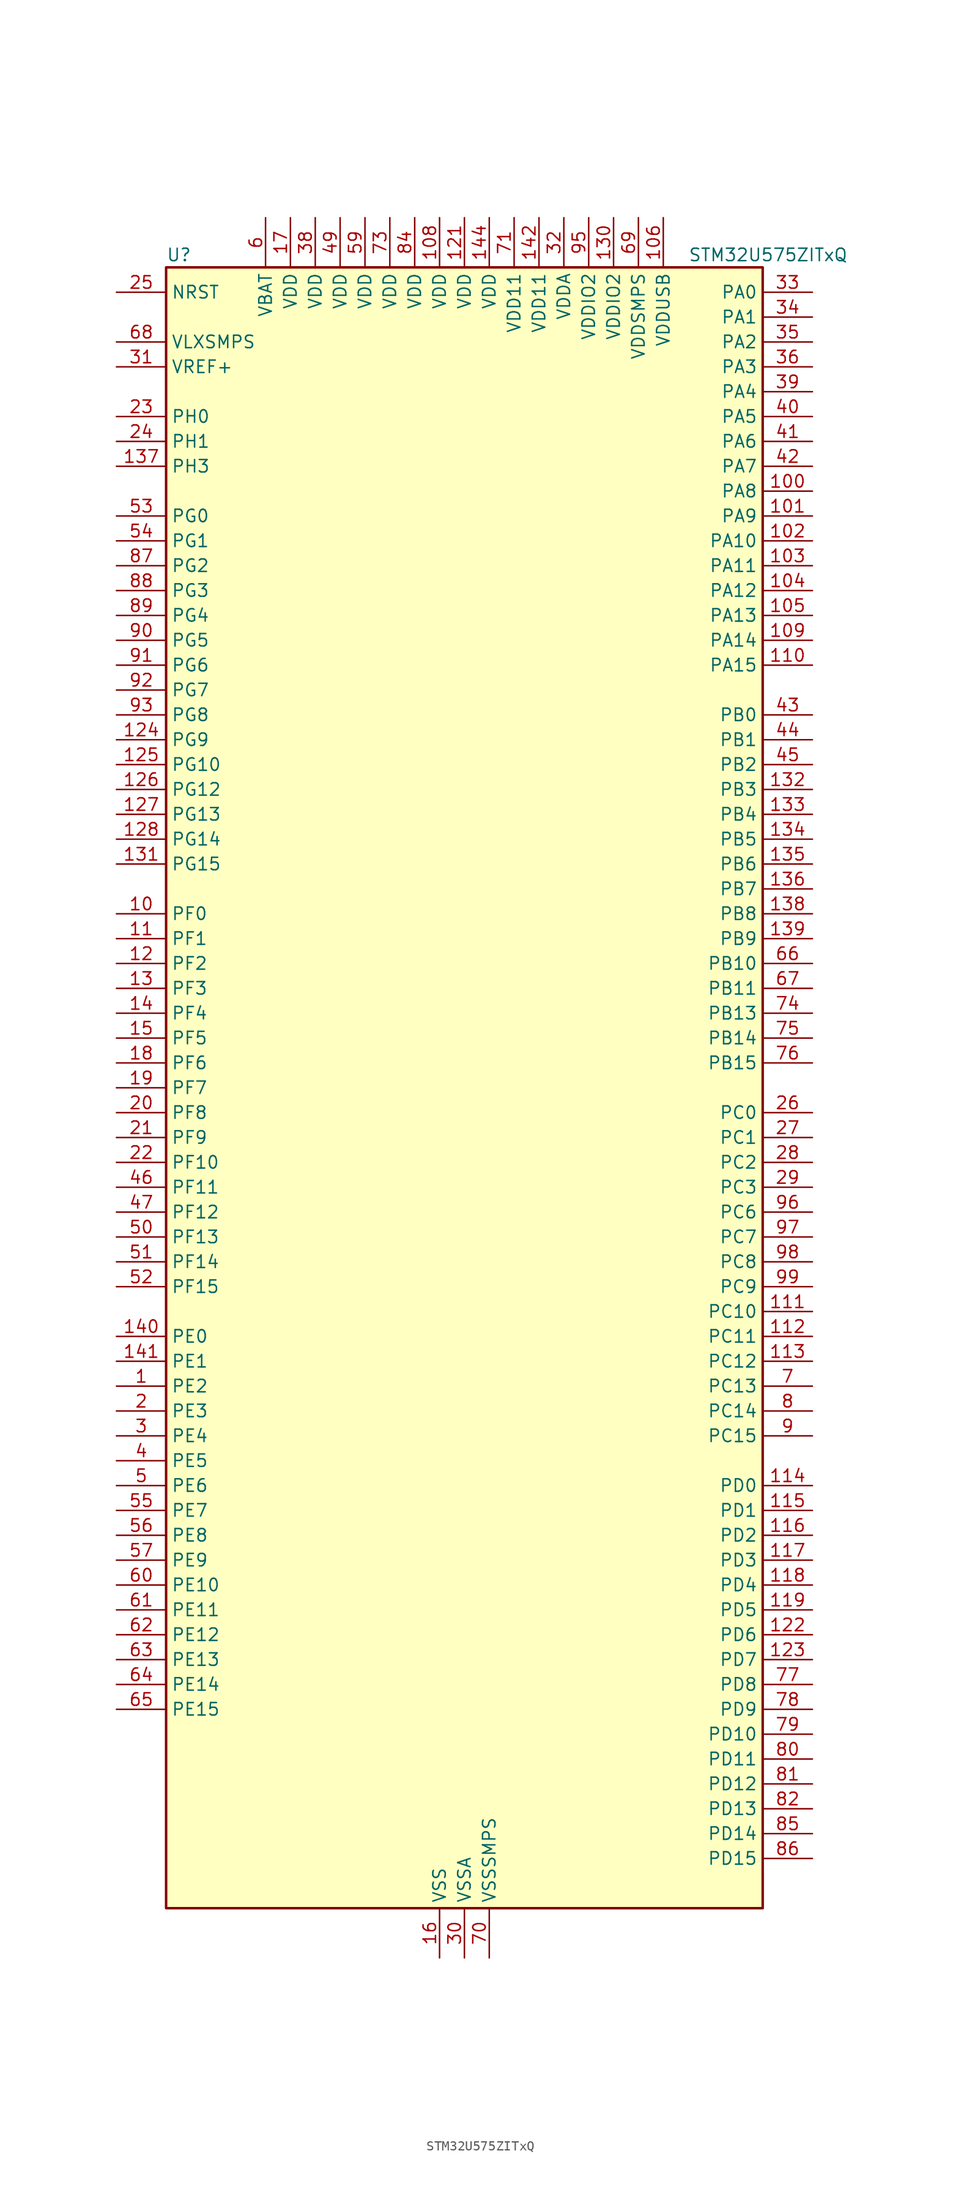
<source format=kicad_sym>
(kicad_symbol_lib
  (version 20220914)
  (generator kicad_symbol_editor)
  (symbol "STM32U575ZITxQ"
    (property "Reference" "U"
      (at -30.48 85.09 0)
      (effects (font (size 1.27 1.27)) (justify left)))
    (property "Value" "STM32U575ZITxQ"
      (at 22.86 85.09 0)
      (effects (font (size 1.27 1.27)) (justify left)))
    (property "ki_locked" ""
      (at 0 0 0)
      (effects (font (size 1.27 1.27))))
    (symbol "STM32U575ZITxQ_0_1"
      (rectangle (start -30.48 -83.82) (end 30.48 83.82) (stroke (width 0.254) (type default)) (fill (type background))))
    (symbol "STM32U575ZITxQ_1_1"
      (pin bidirectional line (at -35.56 -30.48 0) (length 5.08) (name "PE2" (effects (font (size 1.27 1.27)))) (number "1" (effects (font (size 1.27 1.27)))) (alternate "DEBUG_TRACECLK" bidirectional line) (alternate "FMC_A23" bidirectional line) (alternate "SAI1_CK1" bidirectional line) (alternate "SAI1_MCLK_A" bidirectional line) (alternate "TIM3_ETR" bidirectional line) (alternate "TSC_G7_IO1" bidirectional line))
      (pin bidirectional line (at -35.56 17.78 0) (length 5.08) (name "PF0" (effects (font (size 1.27 1.27)))) (number "10" (effects (font (size 1.27 1.27)))) (alternate "FMC_A0" bidirectional line) (alternate "I2C2_SDA" bidirectional line) (alternate "OCTOSPIM_P2_IO0" bidirectional line))
      (pin bidirectional line (at 35.56 60.96 180) (length 5.08) (name "PA8" (effects (font (size 1.27 1.27)))) (number "100" (effects (font (size 1.27 1.27)))) (alternate "DEBUG_TRACECLK" bidirectional line) (alternate "LPTIM2_CH1" bidirectional line) (alternate "RCC_MCO" bidirectional line) (alternate "SAI1_CK2" bidirectional line) (alternate "SAI1_SCK_A" bidirectional line) (alternate "SPI1_RDY" bidirectional line) (alternate "TIM1_CH1" bidirectional line) (alternate "USART1_CK" bidirectional line) (alternate "USB_OTG_FS_SOF" bidirectional line))
      (pin bidirectional line (at 35.56 58.42 180) (length 5.08) (name "PA9" (effects (font (size 1.27 1.27)))) (number "101" (effects (font (size 1.27 1.27)))) (alternate "DAC1_EXTI9" bidirectional line) (alternate "DCMI_D0" bidirectional line) (alternate "PSSI_D0" bidirectional line) (alternate "SAI1_FS_A" bidirectional line) (alternate "SPI2_SCK" bidirectional line) (alternate "TIM15_BKIN" bidirectional line) (alternate "TIM1_CH2" bidirectional line) (alternate "USART1_TX" bidirectional line) (alternate "USB_OTG_FS_VBUS" bidirectional line))
      (pin bidirectional line (at 35.56 55.88 180) (length 5.08) (name "PA10" (effects (font (size 1.27 1.27)))) (number "102" (effects (font (size 1.27 1.27)))) (alternate "CRS_SYNC" bidirectional line) (alternate "DCMI_D1" bidirectional line) (alternate "LPTIM2_IN2" bidirectional line) (alternate "PSSI_D1" bidirectional line) (alternate "SAI1_D1" bidirectional line) (alternate "SAI1_SD_A" bidirectional line) (alternate "TIM17_BKIN" bidirectional line) (alternate "TIM1_CH3" bidirectional line) (alternate "USART1_RX" bidirectional line) (alternate "USB_OTG_FS_ID" bidirectional line))
      (pin bidirectional line (at 35.56 53.34 180) (length 5.08) (name "PA11" (effects (font (size 1.27 1.27)))) (number "103" (effects (font (size 1.27 1.27)))) (alternate "ADC1_EXTI11" bidirectional line) (alternate "FDCAN1_RX" bidirectional line) (alternate "SPI1_MISO" bidirectional line) (alternate "TIM1_BKIN2" bidirectional line) (alternate "TIM1_CH4" bidirectional line) (alternate "USART1_CTS" bidirectional line) (alternate "USB_OTG_FS_DM" bidirectional line))
      (pin bidirectional line (at 35.56 50.8 180) (length 5.08) (name "PA12" (effects (font (size 1.27 1.27)))) (number "104" (effects (font (size 1.27 1.27)))) (alternate "FDCAN1_TX" bidirectional line) (alternate "OCTOSPIM_P2_NCS" bidirectional line) (alternate "SPI1_MOSI" bidirectional line) (alternate "TIM1_ETR" bidirectional line) (alternate "USART1_DE" bidirectional line) (alternate "USART1_RTS" bidirectional line) (alternate "USB_OTG_FS_DP" bidirectional line))
      (pin bidirectional line (at 35.56 48.26 180) (length 5.08) (name "PA13" (effects (font (size 1.27 1.27)))) (number "105" (effects (font (size 1.27 1.27)))) (alternate "DEBUG_JTMS-SWDIO" bidirectional line) (alternate "IR_OUT" bidirectional line) (alternate "SAI1_SD_B" bidirectional line) (alternate "USB_OTG_FS_NOE" bidirectional line))
      (pin power_in line (at 20.32 88.9 270) (length 5.08) (name "VDDUSB" (effects (font (size 1.27 1.27)))) (number "106" (effects (font (size 1.27 1.27)))))
      (pin passive line (at -2.54 -88.9 90) (length 5.08) hide (name "VSS" (effects (font (size 1.27 1.27)))) (number "107" (effects (font (size 1.27 1.27)))))
      (pin power_in line (at -2.54 88.9 270) (length 5.08) (name "VDD" (effects (font (size 1.27 1.27)))) (number "108" (effects (font (size 1.27 1.27)))))
      (pin bidirectional line (at 35.56 45.72 180) (length 5.08) (name "PA14" (effects (font (size 1.27 1.27)))) (number "109" (effects (font (size 1.27 1.27)))) (alternate "DEBUG_JTCK-SWCLK" bidirectional line) (alternate "I2C1_SMBA" bidirectional line) (alternate "I2C4_SMBA" bidirectional line) (alternate "LPTIM1_CH1" bidirectional line) (alternate "SAI1_FS_B" bidirectional line) (alternate "USB_OTG_FS_SOF" bidirectional line))
      (pin bidirectional line (at -35.56 15.24 0) (length 5.08) (name "PF1" (effects (font (size 1.27 1.27)))) (number "11" (effects (font (size 1.27 1.27)))) (alternate "FMC_A1" bidirectional line) (alternate "I2C2_SCL" bidirectional line) (alternate "OCTOSPIM_P2_IO1" bidirectional line))
      (pin bidirectional line (at 35.56 43.18 180) (length 5.08) (name "PA15" (effects (font (size 1.27 1.27)))) (number "110" (effects (font (size 1.27 1.27)))) (alternate "ADC1_EXTI15" bidirectional line) (alternate "ADC4_EXTI15" bidirectional line) (alternate "DEBUG_JTDI" bidirectional line) (alternate "SAI2_FS_B" bidirectional line) (alternate "SPI1_NSS" bidirectional line) (alternate "SPI3_NSS" bidirectional line) (alternate "TIM2_CH1" bidirectional line) (alternate "TIM2_ETR" bidirectional line) (alternate "UART4_DE" bidirectional line) (alternate "UART4_RTS" bidirectional line) (alternate "UCPD1_CC1" bidirectional line) (alternate "USART2_RX" bidirectional line) (alternate "USART3_DE" bidirectional line) (alternate "USART3_RTS" bidirectional line))
      (pin bidirectional line (at 35.56 -22.86 180) (length 5.08) (name "PC10" (effects (font (size 1.27 1.27)))) (number "111" (effects (font (size 1.27 1.27)))) (alternate "ADF1_CCK1" bidirectional line) (alternate "DCMI_D8" bidirectional line) (alternate "DEBUG_TRACED1" bidirectional line) (alternate "LPTIM3_ETR" bidirectional line) (alternate "PSSI_D8" bidirectional line) (alternate "SAI2_SCK_B" bidirectional line) (alternate "SDMMC1_D2" bidirectional line) (alternate "SPI3_SCK" bidirectional line) (alternate "TSC_G3_IO2" bidirectional line) (alternate "UART4_TX" bidirectional line) (alternate "USART3_TX" bidirectional line))
      (pin bidirectional line (at 35.56 -25.4 180) (length 5.08) (name "PC11" (effects (font (size 1.27 1.27)))) (number "112" (effects (font (size 1.27 1.27)))) (alternate "ADC1_EXTI11" bidirectional line) (alternate "ADF1_SDI0" bidirectional line) (alternate "DCMI_D2" bidirectional line) (alternate "DCMI_D4" bidirectional line) (alternate "LPTIM3_IN1" bidirectional line) (alternate "OCTOSPIM_P1_NCS" bidirectional line) (alternate "PSSI_D2" bidirectional line) (alternate "PSSI_D4" bidirectional line) (alternate "SAI2_MCLK_B" bidirectional line) (alternate "SDMMC1_D3" bidirectional line) (alternate "SPI3_MISO" bidirectional line) (alternate "TSC_G3_IO3" bidirectional line) (alternate "UART4_RX" bidirectional line) (alternate "UCPD1_FRSTX2" bidirectional line) (alternate "USART3_RX" bidirectional line))
      (pin bidirectional line (at 35.56 -27.94 180) (length 5.08) (name "PC12" (effects (font (size 1.27 1.27)))) (number "113" (effects (font (size 1.27 1.27)))) (alternate "DCMI_D9" bidirectional line) (alternate "DEBUG_TRACED3" bidirectional line) (alternate "PSSI_D9" bidirectional line) (alternate "SAI2_SD_B" bidirectional line) (alternate "SDMMC1_CK" bidirectional line) (alternate "SPI3_MOSI" bidirectional line) (alternate "TSC_G3_IO4" bidirectional line) (alternate "UART5_TX" bidirectional line) (alternate "USART3_CK" bidirectional line))
      (pin bidirectional line (at 35.56 -40.64 180) (length 5.08) (name "PD0" (effects (font (size 1.27 1.27)))) (number "114" (effects (font (size 1.27 1.27)))) (alternate "FDCAN1_RX" bidirectional line) (alternate "FMC_D2" bidirectional line) (alternate "FMC_DA2" bidirectional line) (alternate "SPI2_NSS" bidirectional line) (alternate "TIM8_CH4N" bidirectional line))
      (pin bidirectional line (at 35.56 -43.18 180) (length 5.08) (name "PD1" (effects (font (size 1.27 1.27)))) (number "115" (effects (font (size 1.27 1.27)))) (alternate "FDCAN1_TX" bidirectional line) (alternate "FMC_D3" bidirectional line) (alternate "FMC_DA3" bidirectional line) (alternate "SPI2_SCK" bidirectional line))
      (pin bidirectional line (at 35.56 -45.72 180) (length 5.08) (name "PD2" (effects (font (size 1.27 1.27)))) (number "116" (effects (font (size 1.27 1.27)))) (alternate "DCMI_D11" bidirectional line) (alternate "DEBUG_TRACED2" bidirectional line) (alternate "LPTIM4_ETR" bidirectional line) (alternate "PSSI_D11" bidirectional line) (alternate "SDMMC1_CMD" bidirectional line) (alternate "TIM3_ETR" bidirectional line) (alternate "TSC_SYNC" bidirectional line) (alternate "UART5_RX" bidirectional line) (alternate "USART3_DE" bidirectional line) (alternate "USART3_RTS" bidirectional line))
      (pin bidirectional line (at 35.56 -48.26 180) (length 5.08) (name "PD3" (effects (font (size 1.27 1.27)))) (number "117" (effects (font (size 1.27 1.27)))) (alternate "DCMI_D5" bidirectional line) (alternate "FMC_CLK" bidirectional line) (alternate "MDF1_SDI0" bidirectional line) (alternate "OCTOSPIM_P2_NCS" bidirectional line) (alternate "PSSI_D5" bidirectional line) (alternate "SPI2_MISO" bidirectional line) (alternate "SPI2_SCK" bidirectional line) (alternate "USART2_CTS" bidirectional line))
      (pin bidirectional line (at 35.56 -50.8 180) (length 5.08) (name "PD4" (effects (font (size 1.27 1.27)))) (number "118" (effects (font (size 1.27 1.27)))) (alternate "FMC_NOE" bidirectional line) (alternate "MDF1_CKI0" bidirectional line) (alternate "OCTOSPIM_P1_IO4" bidirectional line) (alternate "SPI2_MOSI" bidirectional line) (alternate "USART2_DE" bidirectional line) (alternate "USART2_RTS" bidirectional line))
      (pin bidirectional line (at 35.56 -53.34 180) (length 5.08) (name "PD5" (effects (font (size 1.27 1.27)))) (number "119" (effects (font (size 1.27 1.27)))) (alternate "FMC_NWE" bidirectional line) (alternate "OCTOSPIM_P1_IO5" bidirectional line) (alternate "SPI2_RDY" bidirectional line) (alternate "USART2_TX" bidirectional line))
      (pin bidirectional line (at -35.56 12.7 0) (length 5.08) (name "PF2" (effects (font (size 1.27 1.27)))) (number "12" (effects (font (size 1.27 1.27)))) (alternate "FMC_A2" bidirectional line) (alternate "I2C2_SMBA" bidirectional line) (alternate "LPTIM3_CH2" bidirectional line) (alternate "OCTOSPIM_P2_IO2" bidirectional line) (alternate "PWR_WKUP8" bidirectional line))
      (pin passive line (at -2.54 -88.9 90) (length 5.08) hide (name "VSS" (effects (font (size 1.27 1.27)))) (number "120" (effects (font (size 1.27 1.27)))))
      (pin power_in line (at 0 88.9 270) (length 5.08) (name "VDD" (effects (font (size 1.27 1.27)))) (number "121" (effects (font (size 1.27 1.27)))))
      (pin bidirectional line (at 35.56 -55.88 180) (length 5.08) (name "PD6" (effects (font (size 1.27 1.27)))) (number "122" (effects (font (size 1.27 1.27)))) (alternate "DCMI_D10" bidirectional line) (alternate "FMC_NWAIT" bidirectional line) (alternate "MDF1_SDI1" bidirectional line) (alternate "OCTOSPIM_P1_IO6" bidirectional line) (alternate "PSSI_D10" bidirectional line) (alternate "SAI1_D1" bidirectional line) (alternate "SAI1_SD_A" bidirectional line) (alternate "SDMMC2_CK" bidirectional line) (alternate "SPI3_MOSI" bidirectional line) (alternate "USART2_RX" bidirectional line))
      (pin bidirectional line (at 35.56 -58.42 180) (length 5.08) (name "PD7" (effects (font (size 1.27 1.27)))) (number "123" (effects (font (size 1.27 1.27)))) (alternate "FMC_NCE" bidirectional line) (alternate "FMC_NE1" bidirectional line) (alternate "LPTIM4_OUT" bidirectional line) (alternate "MDF1_CKI1" bidirectional line) (alternate "OCTOSPIM_P1_IO7" bidirectional line) (alternate "SDMMC2_CMD" bidirectional line) (alternate "USART2_CK" bidirectional line))
      (pin bidirectional line (at -35.56 35.56 0) (length 5.08) (name "PG9" (effects (font (size 1.27 1.27)))) (number "124" (effects (font (size 1.27 1.27)))) (alternate "DAC1_EXTI9" bidirectional line) (alternate "FMC_NCE" bidirectional line) (alternate "FMC_NE2" bidirectional line) (alternate "OCTOSPIM_P2_IO6" bidirectional line) (alternate "SAI2_SCK_A" bidirectional line) (alternate "SPI3_SCK" bidirectional line) (alternate "TIM15_CH1N" bidirectional line) (alternate "USART1_TX" bidirectional line))
      (pin bidirectional line (at -35.56 33.02 0) (length 5.08) (name "PG10" (effects (font (size 1.27 1.27)))) (number "125" (effects (font (size 1.27 1.27)))) (alternate "FMC_NE3" bidirectional line) (alternate "LPTIM1_IN1" bidirectional line) (alternate "OCTOSPIM_P2_IO7" bidirectional line) (alternate "SAI2_FS_A" bidirectional line) (alternate "SPI3_MISO" bidirectional line) (alternate "TIM15_CH1" bidirectional line) (alternate "USART1_RX" bidirectional line))
      (pin bidirectional line (at -35.56 30.48 0) (length 5.08) (name "PG12" (effects (font (size 1.27 1.27)))) (number "126" (effects (font (size 1.27 1.27)))) (alternate "FMC_NE4" bidirectional line) (alternate "LPTIM1_ETR" bidirectional line) (alternate "OCTOSPIM_P2_NCS" bidirectional line) (alternate "SAI2_SD_A" bidirectional line) (alternate "SPI3_NSS" bidirectional line) (alternate "USART1_DE" bidirectional line) (alternate "USART1_RTS" bidirectional line))
      (pin bidirectional line (at -35.56 27.94 0) (length 5.08) (name "PG13" (effects (font (size 1.27 1.27)))) (number "127" (effects (font (size 1.27 1.27)))) (alternate "FMC_A24" bidirectional line) (alternate "I2C1_SDA" bidirectional line) (alternate "SPI3_RDY" bidirectional line) (alternate "USART1_CK" bidirectional line))
      (pin bidirectional line (at -35.56 25.4 0) (length 5.08) (name "PG14" (effects (font (size 1.27 1.27)))) (number "128" (effects (font (size 1.27 1.27)))) (alternate "FMC_A25" bidirectional line) (alternate "I2C1_SCL" bidirectional line) (alternate "LPTIM1_CH2" bidirectional line))
      (pin passive line (at -2.54 -88.9 90) (length 5.08) hide (name "VSS" (effects (font (size 1.27 1.27)))) (number "129" (effects (font (size 1.27 1.27)))))
      (pin bidirectional line (at -35.56 10.16 0) (length 5.08) (name "PF3" (effects (font (size 1.27 1.27)))) (number "13" (effects (font (size 1.27 1.27)))) (alternate "FMC_A3" bidirectional line) (alternate "LPTIM3_IN1" bidirectional line) (alternate "OCTOSPIM_P2_IO3" bidirectional line))
      (pin power_in line (at 15.24 88.9 270) (length 5.08) (name "VDDIO2" (effects (font (size 1.27 1.27)))) (number "130" (effects (font (size 1.27 1.27)))))
      (pin bidirectional line (at -35.56 22.86 0) (length 5.08) (name "PG15" (effects (font (size 1.27 1.27)))) (number "131" (effects (font (size 1.27 1.27)))) (alternate "ADC1_EXTI15" bidirectional line) (alternate "ADC4_EXTI15" bidirectional line) (alternate "DCMI_D13" bidirectional line) (alternate "I2C1_SMBA" bidirectional line) (alternate "LPTIM1_CH1" bidirectional line) (alternate "OCTOSPIM_P2_DQS" bidirectional line) (alternate "PSSI_D13" bidirectional line))
      (pin bidirectional line (at 35.56 30.48 180) (length 5.08) (name "PB3" (effects (font (size 1.27 1.27)))) (number "132" (effects (font (size 1.27 1.27)))) (alternate "ADF1_CCK0" bidirectional line) (alternate "COMP2_INM" bidirectional line) (alternate "CRS_SYNC" bidirectional line) (alternate "DEBUG_JTDO-SWO" bidirectional line) (alternate "I2C1_SDA" bidirectional line) (alternate "LPTIM1_CH1" bidirectional line) (alternate "SAI1_SCK_B" bidirectional line) (alternate "SDMMC2_D2" bidirectional line) (alternate "SPI1_SCK" bidirectional line) (alternate "SPI3_SCK" bidirectional line) (alternate "TIM2_CH2" bidirectional line) (alternate "USART1_DE" bidirectional line) (alternate "USART1_RTS" bidirectional line))
      (pin bidirectional line (at 35.56 27.94 180) (length 5.08) (name "PB4" (effects (font (size 1.27 1.27)))) (number "133" (effects (font (size 1.27 1.27)))) (alternate "ADF1_SDI0" bidirectional line) (alternate "COMP2_INP" bidirectional line) (alternate "DCMI_D12" bidirectional line) (alternate "DEBUG_JTRST" bidirectional line) (alternate "I2C3_SDA" bidirectional line) (alternate "LPTIM1_CH2" bidirectional line) (alternate "PSSI_D12" bidirectional line) (alternate "SAI1_MCLK_B" bidirectional line) (alternate "SDMMC2_D3" bidirectional line) (alternate "SPI1_MISO" bidirectional line) (alternate "SPI3_MISO" bidirectional line) (alternate "TIM17_BKIN" bidirectional line) (alternate "TIM3_CH1" bidirectional line) (alternate "TSC_G2_IO1" bidirectional line) (alternate "UART5_DE" bidirectional line) (alternate "UART5_RTS" bidirectional line) (alternate "USART1_CTS" bidirectional line))
      (pin bidirectional line (at 35.56 25.4 180) (length 5.08) (name "PB5" (effects (font (size 1.27 1.27)))) (number "134" (effects (font (size 1.27 1.27)))) (alternate "COMP2_OUT" bidirectional line) (alternate "DCMI_D10" bidirectional line) (alternate "I2C1_SMBA" bidirectional line) (alternate "LPTIM1_IN1" bidirectional line) (alternate "OCTOSPIM_P1_NCLK" bidirectional line) (alternate "PSSI_D10" bidirectional line) (alternate "PWR_WKUP6" bidirectional line) (alternate "SAI1_SD_B" bidirectional line) (alternate "SPI1_MOSI" bidirectional line) (alternate "SPI3_MOSI" bidirectional line) (alternate "TIM16_BKIN" bidirectional line) (alternate "TIM3_CH2" bidirectional line) (alternate "TSC_G2_IO2" bidirectional line) (alternate "UART5_CTS" bidirectional line) (alternate "UCPD1_DBCC1" bidirectional line) (alternate "USART1_CK" bidirectional line))
      (pin bidirectional line (at 35.56 22.86 180) (length 5.08) (name "PB6" (effects (font (size 1.27 1.27)))) (number "135" (effects (font (size 1.27 1.27)))) (alternate "COMP2_INP" bidirectional line) (alternate "DCMI_D5" bidirectional line) (alternate "I2C1_SCL" bidirectional line) (alternate "I2C4_SCL" bidirectional line) (alternate "LPTIM1_ETR" bidirectional line) (alternate "MDF1_SDI5" bidirectional line) (alternate "PSSI_D5" bidirectional line) (alternate "PWR_WKUP3" bidirectional line) (alternate "SAI1_FS_B" bidirectional line) (alternate "TIM16_CH1N" bidirectional line) (alternate "TIM4_CH1" bidirectional line) (alternate "TIM8_BKIN2" bidirectional line) (alternate "TSC_G2_IO3" bidirectional line) (alternate "USART1_TX" bidirectional line))
      (pin bidirectional line (at 35.56 20.32 180) (length 5.08) (name "PB7" (effects (font (size 1.27 1.27)))) (number "136" (effects (font (size 1.27 1.27)))) (alternate "COMP2_INM" bidirectional line) (alternate "DCMI_VSYNC" bidirectional line) (alternate "FMC_NL" bidirectional line) (alternate "I2C1_SDA" bidirectional line) (alternate "I2C4_SDA" bidirectional line) (alternate "LPTIM1_IN2" bidirectional line) (alternate "MDF1_CKI5" bidirectional line) (alternate "PSSI_RDY" bidirectional line) (alternate "PWR_PVD_IN" bidirectional line) (alternate "PWR_WKUP4" bidirectional line) (alternate "TIM17_CH1N" bidirectional line) (alternate "TIM4_CH2" bidirectional line) (alternate "TIM8_BKIN" bidirectional line) (alternate "TSC_G2_IO4" bidirectional line) (alternate "UART4_CTS" bidirectional line) (alternate "USART1_RX" bidirectional line))
      (pin bidirectional line (at -35.56 63.5 0) (length 5.08) (name "PH3" (effects (font (size 1.27 1.27)))) (number "137" (effects (font (size 1.27 1.27)))))
      (pin bidirectional line (at 35.56 17.78 180) (length 5.08) (name "PB8" (effects (font (size 1.27 1.27)))) (number "138" (effects (font (size 1.27 1.27)))) (alternate "DCMI_D6" bidirectional line) (alternate "FDCAN1_RX" bidirectional line) (alternate "I2C1_SCL" bidirectional line) (alternate "MDF1_CCK0" bidirectional line) (alternate "PSSI_D6" bidirectional line) (alternate "PWR_WKUP5" bidirectional line) (alternate "SAI1_CK1" bidirectional line) (alternate "SAI1_MCLK_A" bidirectional line) (alternate "SDMMC1_CKIN" bidirectional line) (alternate "SDMMC1_D4" bidirectional line) (alternate "SDMMC2_D4" bidirectional line) (alternate "SPI3_RDY" bidirectional line) (alternate "TIM16_CH1" bidirectional line) (alternate "TIM4_CH3" bidirectional line))
      (pin bidirectional line (at 35.56 15.24 180) (length 5.08) (name "PB9" (effects (font (size 1.27 1.27)))) (number "139" (effects (font (size 1.27 1.27)))) (alternate "DAC1_EXTI9" bidirectional line) (alternate "DCMI_D7" bidirectional line) (alternate "FDCAN1_TX" bidirectional line) (alternate "I2C1_SDA" bidirectional line) (alternate "IR_OUT" bidirectional line) (alternate "PSSI_D7" bidirectional line) (alternate "SAI1_D2" bidirectional line) (alternate "SAI1_FS_A" bidirectional line) (alternate "SDMMC1_CDIR" bidirectional line) (alternate "SDMMC1_D5" bidirectional line) (alternate "SDMMC2_D5" bidirectional line) (alternate "SPI2_NSS" bidirectional line) (alternate "TIM17_CH1" bidirectional line) (alternate "TIM4_CH4" bidirectional line))
      (pin bidirectional line (at -35.56 7.62 0) (length 5.08) (name "PF4" (effects (font (size 1.27 1.27)))) (number "14" (effects (font (size 1.27 1.27)))) (alternate "FMC_A4" bidirectional line) (alternate "LPTIM3_ETR" bidirectional line) (alternate "OCTOSPIM_P2_CLK" bidirectional line))
      (pin bidirectional line (at -35.56 -25.4 0) (length 5.08) (name "PE0" (effects (font (size 1.27 1.27)))) (number "140" (effects (font (size 1.27 1.27)))) (alternate "DCMI_D2" bidirectional line) (alternate "FMC_NBL0" bidirectional line) (alternate "PSSI_D2" bidirectional line) (alternate "TIM16_CH1" bidirectional line) (alternate "TIM4_ETR" bidirectional line))
      (pin bidirectional line (at -35.56 -27.94 0) (length 5.08) (name "PE1" (effects (font (size 1.27 1.27)))) (number "141" (effects (font (size 1.27 1.27)))) (alternate "DCMI_D3" bidirectional line) (alternate "FMC_NBL1" bidirectional line) (alternate "PSSI_D3" bidirectional line) (alternate "TIM17_CH1" bidirectional line))
      (pin power_in line (at 7.62 88.9 270) (length 5.08) (name "VDD11" (effects (font (size 1.27 1.27)))) (number "142" (effects (font (size 1.27 1.27)))))
      (pin passive line (at -2.54 -88.9 90) (length 5.08) hide (name "VSS" (effects (font (size 1.27 1.27)))) (number "143" (effects (font (size 1.27 1.27)))))
      (pin power_in line (at 2.54 88.9 270) (length 5.08) (name "VDD" (effects (font (size 1.27 1.27)))) (number "144" (effects (font (size 1.27 1.27)))))
      (pin bidirectional line (at -35.56 5.08 0) (length 5.08) (name "PF5" (effects (font (size 1.27 1.27)))) (number "15" (effects (font (size 1.27 1.27)))) (alternate "FMC_A5" bidirectional line) (alternate "LPTIM3_CH1" bidirectional line) (alternate "OCTOSPIM_P2_NCLK" bidirectional line))
      (pin power_in line (at -2.54 -88.9 90) (length 5.08) (name "VSS" (effects (font (size 1.27 1.27)))) (number "16" (effects (font (size 1.27 1.27)))))
      (pin power_in line (at -17.78 88.9 270) (length 5.08) (name "VDD" (effects (font (size 1.27 1.27)))) (number "17" (effects (font (size 1.27 1.27)))))
      (pin bidirectional line (at -35.56 2.54 0) (length 5.08) (name "PF6" (effects (font (size 1.27 1.27)))) (number "18" (effects (font (size 1.27 1.27)))) (alternate "DCMI_D12" bidirectional line) (alternate "OCTOSPIM_P1_IO3" bidirectional line) (alternate "OCTOSPIM_P2_NCS" bidirectional line) (alternate "PSSI_D12" bidirectional line) (alternate "SAI1_SD_B" bidirectional line) (alternate "TIM5_CH1" bidirectional line) (alternate "TIM5_ETR" bidirectional line))
      (pin bidirectional line (at -35.56 0 0) (length 5.08) (name "PF7" (effects (font (size 1.27 1.27)))) (number "19" (effects (font (size 1.27 1.27)))) (alternate "FDCAN1_RX" bidirectional line) (alternate "OCTOSPIM_P1_IO2" bidirectional line) (alternate "SAI1_MCLK_B" bidirectional line) (alternate "TIM5_CH2" bidirectional line))
      (pin bidirectional line (at -35.56 -33.02 0) (length 5.08) (name "PE3" (effects (font (size 1.27 1.27)))) (number "2" (effects (font (size 1.27 1.27)))) (alternate "DEBUG_TRACED0" bidirectional line) (alternate "FMC_A19" bidirectional line) (alternate "OCTOSPIM_P1_DQS" bidirectional line) (alternate "SAI1_SD_B" bidirectional line) (alternate "TAMP_IN6" bidirectional line) (alternate "TAMP_OUT3" bidirectional line) (alternate "TIM3_CH1" bidirectional line) (alternate "TSC_G7_IO2" bidirectional line))
      (pin bidirectional line (at -35.56 -2.54 0) (length 5.08) (name "PF8" (effects (font (size 1.27 1.27)))) (number "20" (effects (font (size 1.27 1.27)))) (alternate "FDCAN1_TX" bidirectional line) (alternate "OCTOSPIM_P1_IO0" bidirectional line) (alternate "PSSI_D14" bidirectional line) (alternate "SAI1_SCK_B" bidirectional line) (alternate "TIM5_CH3" bidirectional line))
      (pin bidirectional line (at -35.56 -5.08 0) (length 5.08) (name "PF9" (effects (font (size 1.27 1.27)))) (number "21" (effects (font (size 1.27 1.27)))) (alternate "DAC1_EXTI9" bidirectional line) (alternate "OCTOSPIM_P1_IO1" bidirectional line) (alternate "PSSI_D15" bidirectional line) (alternate "SAI1_FS_B" bidirectional line) (alternate "TIM15_CH1" bidirectional line) (alternate "TIM5_CH4" bidirectional line))
      (pin bidirectional line (at -35.56 -7.62 0) (length 5.08) (name "PF10" (effects (font (size 1.27 1.27)))) (number "22" (effects (font (size 1.27 1.27)))) (alternate "DCMI_D11" bidirectional line) (alternate "MDF1_CCK1" bidirectional line) (alternate "OCTOSPIM_P1_CLK" bidirectional line) (alternate "PSSI_D11" bidirectional line) (alternate "PSSI_D15" bidirectional line) (alternate "SAI1_D3" bidirectional line) (alternate "TIM15_CH2" bidirectional line))
      (pin bidirectional line (at -35.56 68.58 0) (length 5.08) (name "PH0" (effects (font (size 1.27 1.27)))) (number "23" (effects (font (size 1.27 1.27)))) (alternate "RCC_OSC_IN" bidirectional line))
      (pin bidirectional line (at -35.56 66.04 0) (length 5.08) (name "PH1" (effects (font (size 1.27 1.27)))) (number "24" (effects (font (size 1.27 1.27)))) (alternate "RCC_OSC_OUT" bidirectional line))
      (pin input line (at -35.56 81.28 0) (length 5.08) (name "NRST" (effects (font (size 1.27 1.27)))) (number "25" (effects (font (size 1.27 1.27)))))
      (pin bidirectional line (at 35.56 -2.54 180) (length 5.08) (name "PC0" (effects (font (size 1.27 1.27)))) (number "26" (effects (font (size 1.27 1.27)))) (alternate "ADC1_IN1" bidirectional line) (alternate "ADC4_IN1" bidirectional line) (alternate "I2C3_SCL" bidirectional line) (alternate "LPTIM1_IN1" bidirectional line) (alternate "LPTIM2_IN1" bidirectional line) (alternate "LPUART1_RX" bidirectional line) (alternate "MDF1_SDI4" bidirectional line) (alternate "OCTOSPIM_P1_IO7" bidirectional line) (alternate "SAI2_FS_A" bidirectional line) (alternate "SDMMC1_D5" bidirectional line) (alternate "SPI2_RDY" bidirectional line))
      (pin bidirectional line (at 35.56 -5.08 180) (length 5.08) (name "PC1" (effects (font (size 1.27 1.27)))) (number "27" (effects (font (size 1.27 1.27)))) (alternate "ADC1_IN2" bidirectional line) (alternate "ADC4_IN2" bidirectional line) (alternate "DEBUG_TRACED0" bidirectional line) (alternate "I2C3_SDA" bidirectional line) (alternate "LPTIM1_CH1" bidirectional line) (alternate "LPUART1_TX" bidirectional line) (alternate "MDF1_CKI4" bidirectional line) (alternate "OCTOSPIM_P1_IO4" bidirectional line) (alternate "SAI1_SD_A" bidirectional line) (alternate "SDMMC2_CK" bidirectional line) (alternate "SPI2_MOSI" bidirectional line))
      (pin bidirectional line (at 35.56 -7.62 180) (length 5.08) (name "PC2" (effects (font (size 1.27 1.27)))) (number "28" (effects (font (size 1.27 1.27)))) (alternate "ADC1_IN3" bidirectional line) (alternate "ADC4_IN3" bidirectional line) (alternate "LPTIM1_IN2" bidirectional line) (alternate "MDF1_CCK1" bidirectional line) (alternate "OCTOSPIM_P1_IO5" bidirectional line) (alternate "SPI2_MISO" bidirectional line))
      (pin bidirectional line (at 35.56 -10.16 180) (length 5.08) (name "PC3" (effects (font (size 1.27 1.27)))) (number "29" (effects (font (size 1.27 1.27)))) (alternate "ADC1_IN4" bidirectional line) (alternate "ADC4_IN4" bidirectional line) (alternate "LPTIM1_ETR" bidirectional line) (alternate "LPTIM2_ETR" bidirectional line) (alternate "LPTIM3_CH1" bidirectional line) (alternate "OCTOSPIM_P1_IO6" bidirectional line) (alternate "SAI1_D1" bidirectional line) (alternate "SAI1_SD_A" bidirectional line) (alternate "SPI2_MOSI" bidirectional line))
      (pin bidirectional line (at -35.56 -35.56 0) (length 5.08) (name "PE4" (effects (font (size 1.27 1.27)))) (number "3" (effects (font (size 1.27 1.27)))) (alternate "DCMI_D4" bidirectional line) (alternate "DEBUG_TRACED1" bidirectional line) (alternate "FMC_A20" bidirectional line) (alternate "MDF1_SDI3" bidirectional line) (alternate "PSSI_D4" bidirectional line) (alternate "PWR_WKUP1" bidirectional line) (alternate "SAI1_D2" bidirectional line) (alternate "SAI1_FS_A" bidirectional line) (alternate "TAMP_IN7" bidirectional line) (alternate "TAMP_OUT8" bidirectional line) (alternate "TIM3_CH2" bidirectional line) (alternate "TSC_G7_IO3" bidirectional line))
      (pin power_in line (at 0 -88.9 90) (length 5.08) (name "VSSA" (effects (font (size 1.27 1.27)))) (number "30" (effects (font (size 1.27 1.27)))))
      (pin input line (at -35.56 73.66 0) (length 5.08) (name "VREF+" (effects (font (size 1.27 1.27)))) (number "31" (effects (font (size 1.27 1.27)))) (alternate "VREFBUF_OUT" bidirectional line))
      (pin power_in line (at 10.16 88.9 270) (length 5.08) (name "VDDA" (effects (font (size 1.27 1.27)))) (number "32" (effects (font (size 1.27 1.27)))))
      (pin bidirectional line (at 35.56 81.28 180) (length 5.08) (name "PA0" (effects (font (size 1.27 1.27)))) (number "33" (effects (font (size 1.27 1.27)))) (alternate "ADC1_IN5" bidirectional line) (alternate "AUDIOCLK" bidirectional line) (alternate "OCTOSPIM_P2_NCS" bidirectional line) (alternate "OPAMP1_VINP" bidirectional line) (alternate "PWR_WKUP1" bidirectional line) (alternate "SDMMC2_CMD" bidirectional line) (alternate "SPI3_RDY" bidirectional line) (alternate "TAMP_IN2" bidirectional line) (alternate "TAMP_OUT1" bidirectional line) (alternate "TIM2_CH1" bidirectional line) (alternate "TIM2_ETR" bidirectional line) (alternate "TIM5_CH1" bidirectional line) (alternate "TIM8_ETR" bidirectional line) (alternate "UART4_TX" bidirectional line) (alternate "USART2_CTS" bidirectional line))
      (pin bidirectional line (at 35.56 78.74 180) (length 5.08) (name "PA1" (effects (font (size 1.27 1.27)))) (number "34" (effects (font (size 1.27 1.27)))) (alternate "ADC1_IN6" bidirectional line) (alternate "I2C1_SMBA" bidirectional line) (alternate "LPTIM1_CH2" bidirectional line) (alternate "OCTOSPIM_P1_DQS" bidirectional line) (alternate "OPAMP1_VINM" bidirectional line) (alternate "PWR_WKUP3" bidirectional line) (alternate "SPI1_SCK" bidirectional line) (alternate "TAMP_IN5" bidirectional line) (alternate "TAMP_OUT4" bidirectional line) (alternate "TIM15_CH1N" bidirectional line) (alternate "TIM2_CH2" bidirectional line) (alternate "TIM5_CH2" bidirectional line) (alternate "UART4_RX" bidirectional line) (alternate "USART2_DE" bidirectional line) (alternate "USART2_RTS" bidirectional line))
      (pin bidirectional line (at 35.56 76.2 180) (length 5.08) (name "PA2" (effects (font (size 1.27 1.27)))) (number "35" (effects (font (size 1.27 1.27)))) (alternate "ADC1_IN7" bidirectional line) (alternate "COMP1_INP" bidirectional line) (alternate "LPUART1_TX" bidirectional line) (alternate "OCTOSPIM_P1_NCS" bidirectional line) (alternate "PWR_WKUP4" bidirectional line) (alternate "RCC_LSCO" bidirectional line) (alternate "SPI1_RDY" bidirectional line) (alternate "TIM15_CH1" bidirectional line) (alternate "TIM2_CH3" bidirectional line) (alternate "TIM5_CH3" bidirectional line) (alternate "UCPD1_FRSTX1" bidirectional line) (alternate "USART2_TX" bidirectional line))
      (pin bidirectional line (at 35.56 73.66 180) (length 5.08) (name "PA3" (effects (font (size 1.27 1.27)))) (number "36" (effects (font (size 1.27 1.27)))) (alternate "ADC1_IN8" bidirectional line) (alternate "LPUART1_RX" bidirectional line) (alternate "OCTOSPIM_P1_CLK" bidirectional line) (alternate "OPAMP1_VOUT" bidirectional line) (alternate "PWR_WKUP5" bidirectional line) (alternate "SAI1_CK1" bidirectional line) (alternate "SAI1_MCLK_A" bidirectional line) (alternate "TIM15_CH2" bidirectional line) (alternate "TIM2_CH4" bidirectional line) (alternate "TIM5_CH4" bidirectional line) (alternate "USART2_RX" bidirectional line))
      (pin passive line (at -2.54 -88.9 90) (length 5.08) hide (name "VSS" (effects (font (size 1.27 1.27)))) (number "37" (effects (font (size 1.27 1.27)))))
      (pin power_in line (at -15.24 88.9 270) (length 5.08) (name "VDD" (effects (font (size 1.27 1.27)))) (number "38" (effects (font (size 1.27 1.27)))))
      (pin bidirectional line (at 35.56 71.12 180) (length 5.08) (name "PA4" (effects (font (size 1.27 1.27)))) (number "39" (effects (font (size 1.27 1.27)))) (alternate "ADC1_IN9" bidirectional line) (alternate "ADC4_IN9" bidirectional line) (alternate "DAC1_OUT1" bidirectional line) (alternate "DCMI_HSYNC" bidirectional line) (alternate "LPTIM2_CH1" bidirectional line) (alternate "OCTOSPIM_P1_NCS" bidirectional line) (alternate "PSSI_DE" bidirectional line) (alternate "PWR_WKUP2" bidirectional line) (alternate "SAI1_FS_B" bidirectional line) (alternate "SPI1_NSS" bidirectional line) (alternate "SPI3_NSS" bidirectional line) (alternate "USART2_CK" bidirectional line))
      (pin bidirectional line (at -35.56 -38.1 0) (length 5.08) (name "PE5" (effects (font (size 1.27 1.27)))) (number "4" (effects (font (size 1.27 1.27)))) (alternate "DCMI_D6" bidirectional line) (alternate "DEBUG_TRACED2" bidirectional line) (alternate "FMC_A21" bidirectional line) (alternate "MDF1_CKI3" bidirectional line) (alternate "PSSI_D6" bidirectional line) (alternate "PWR_WKUP2" bidirectional line) (alternate "SAI1_CK2" bidirectional line) (alternate "SAI1_SCK_A" bidirectional line) (alternate "TAMP_IN8" bidirectional line) (alternate "TAMP_OUT7" bidirectional line) (alternate "TIM3_CH3" bidirectional line) (alternate "TSC_G7_IO4" bidirectional line))
      (pin bidirectional line (at 35.56 68.58 180) (length 5.08) (name "PA5" (effects (font (size 1.27 1.27)))) (number "40" (effects (font (size 1.27 1.27)))) (alternate "ADC1_IN10" bidirectional line) (alternate "ADC4_IN10" bidirectional line) (alternate "DAC1_OUT2" bidirectional line) (alternate "LPTIM2_ETR" bidirectional line) (alternate "PSSI_D14" bidirectional line) (alternate "PWR_CSLEEP" bidirectional line) (alternate "PWR_WKUP6" bidirectional line) (alternate "SPI1_SCK" bidirectional line) (alternate "TIM2_CH1" bidirectional line) (alternate "TIM2_ETR" bidirectional line) (alternate "TIM8_CH1N" bidirectional line) (alternate "USART3_RX" bidirectional line))
      (pin bidirectional line (at 35.56 66.04 180) (length 5.08) (name "PA6" (effects (font (size 1.27 1.27)))) (number "41" (effects (font (size 1.27 1.27)))) (alternate "ADC1_IN11" bidirectional line) (alternate "ADC4_IN11" bidirectional line) (alternate "DCMI_PIXCLK" bidirectional line) (alternate "LPUART1_CTS" bidirectional line) (alternate "OCTOSPIM_P1_IO3" bidirectional line) (alternate "OPAMP2_VINP" bidirectional line) (alternate "PSSI_PDCK" bidirectional line) (alternate "PWR_CDSTOP" bidirectional line) (alternate "PWR_WKUP7" bidirectional line) (alternate "SPI1_MISO" bidirectional line) (alternate "TIM16_CH1" bidirectional line) (alternate "TIM1_BKIN" bidirectional line) (alternate "TIM3_CH1" bidirectional line) (alternate "TIM8_BKIN" bidirectional line) (alternate "USART3_CTS" bidirectional line))
      (pin bidirectional line (at 35.56 63.5 180) (length 5.08) (name "PA7" (effects (font (size 1.27 1.27)))) (number "42" (effects (font (size 1.27 1.27)))) (alternate "ADC1_IN12" bidirectional line) (alternate "ADC4_IN20" bidirectional line) (alternate "I2C3_SCL" bidirectional line) (alternate "LPTIM2_CH2" bidirectional line) (alternate "OCTOSPIM_P1_IO2" bidirectional line) (alternate "OPAMP2_VINM" bidirectional line) (alternate "PWR_SRDSTOP" bidirectional line) (alternate "PWR_WKUP8" bidirectional line) (alternate "SPI1_MOSI" bidirectional line) (alternate "TIM17_CH1" bidirectional line) (alternate "TIM1_CH1N" bidirectional line) (alternate "TIM3_CH2" bidirectional line) (alternate "TIM8_CH1N" bidirectional line) (alternate "USART3_TX" bidirectional line))
      (pin bidirectional line (at 35.56 38.1 180) (length 5.08) (name "PB0" (effects (font (size 1.27 1.27)))) (number "43" (effects (font (size 1.27 1.27)))) (alternate "ADC1_IN15" bidirectional line) (alternate "ADC4_IN18" bidirectional line) (alternate "AUDIOCLK" bidirectional line) (alternate "COMP1_OUT" bidirectional line) (alternate "LPTIM3_CH1" bidirectional line) (alternate "OCTOSPIM_P1_IO1" bidirectional line) (alternate "OPAMP2_VOUT" bidirectional line) (alternate "SPI1_NSS" bidirectional line) (alternate "TIM1_CH2N" bidirectional line) (alternate "TIM3_CH3" bidirectional line) (alternate "TIM8_CH2N" bidirectional line) (alternate "USART3_CK" bidirectional line))
      (pin bidirectional line (at 35.56 35.56 180) (length 5.08) (name "PB1" (effects (font (size 1.27 1.27)))) (number "44" (effects (font (size 1.27 1.27)))) (alternate "ADC1_IN16" bidirectional line) (alternate "ADC4_IN19" bidirectional line) (alternate "COMP1_INM" bidirectional line) (alternate "LPTIM2_IN1" bidirectional line) (alternate "LPTIM3_CH2" bidirectional line) (alternate "LPUART1_DE" bidirectional line) (alternate "LPUART1_RTS" bidirectional line) (alternate "MDF1_SDI0" bidirectional line) (alternate "OCTOSPIM_P1_IO0" bidirectional line) (alternate "PWR_WKUP4" bidirectional line) (alternate "TIM1_CH3N" bidirectional line) (alternate "TIM3_CH4" bidirectional line) (alternate "TIM8_CH3N" bidirectional line) (alternate "USART3_DE" bidirectional line) (alternate "USART3_RTS" bidirectional line))
      (pin bidirectional line (at 35.56 33.02 180) (length 5.08) (name "PB2" (effects (font (size 1.27 1.27)))) (number "45" (effects (font (size 1.27 1.27)))) (alternate "ADC1_IN17" bidirectional line) (alternate "COMP1_INP" bidirectional line) (alternate "I2C3_SMBA" bidirectional line) (alternate "LPTIM1_CH1" bidirectional line) (alternate "MDF1_CKI0" bidirectional line) (alternate "OCTOSPIM_P1_DQS" bidirectional line) (alternate "PWR_WKUP1" bidirectional line) (alternate "RTC_OUT2" bidirectional line) (alternate "SPI1_RDY" bidirectional line) (alternate "TIM8_CH4N" bidirectional line) (alternate "UCPD1_FRSTX1" bidirectional line))
      (pin bidirectional line (at -35.56 -10.16 0) (length 5.08) (name "PF11" (effects (font (size 1.27 1.27)))) (number "46" (effects (font (size 1.27 1.27)))) (alternate "ADC1_EXTI11" bidirectional line) (alternate "DCMI_D12" bidirectional line) (alternate "LPTIM4_IN1" bidirectional line) (alternate "OCTOSPIM_P1_NCLK" bidirectional line) (alternate "PSSI_D12" bidirectional line))
      (pin bidirectional line (at -35.56 -12.7 0) (length 5.08) (name "PF12" (effects (font (size 1.27 1.27)))) (number "47" (effects (font (size 1.27 1.27)))) (alternate "FMC_A6" bidirectional line) (alternate "LPTIM4_ETR" bidirectional line) (alternate "OCTOSPIM_P2_DQS" bidirectional line))
      (pin passive line (at -2.54 -88.9 90) (length 5.08) hide (name "VSS" (effects (font (size 1.27 1.27)))) (number "48" (effects (font (size 1.27 1.27)))))
      (pin power_in line (at -12.7 88.9 270) (length 5.08) (name "VDD" (effects (font (size 1.27 1.27)))) (number "49" (effects (font (size 1.27 1.27)))))
      (pin bidirectional line (at -35.56 -40.64 0) (length 5.08) (name "PE6" (effects (font (size 1.27 1.27)))) (number "5" (effects (font (size 1.27 1.27)))) (alternate "DCMI_D7" bidirectional line) (alternate "DEBUG_TRACED3" bidirectional line) (alternate "FMC_A22" bidirectional line) (alternate "PSSI_D7" bidirectional line) (alternate "PWR_WKUP3" bidirectional line) (alternate "SAI1_D1" bidirectional line) (alternate "SAI1_SD_A" bidirectional line) (alternate "TAMP_IN3" bidirectional line) (alternate "TAMP_OUT6" bidirectional line) (alternate "TIM3_CH4" bidirectional line))
      (pin bidirectional line (at -35.56 -15.24 0) (length 5.08) (name "PF13" (effects (font (size 1.27 1.27)))) (number "50" (effects (font (size 1.27 1.27)))) (alternate "FMC_A7" bidirectional line) (alternate "I2C4_SMBA" bidirectional line) (alternate "LPTIM4_OUT" bidirectional line) (alternate "UCPD1_FRSTX2" bidirectional line))
      (pin bidirectional line (at -35.56 -17.78 0) (length 5.08) (name "PF14" (effects (font (size 1.27 1.27)))) (number "51" (effects (font (size 1.27 1.27)))) (alternate "ADC4_IN5" bidirectional line) (alternate "FMC_A8" bidirectional line) (alternate "I2C4_SCL" bidirectional line) (alternate "TSC_G8_IO1" bidirectional line))
      (pin bidirectional line (at -35.56 -20.32 0) (length 5.08) (name "PF15" (effects (font (size 1.27 1.27)))) (number "52" (effects (font (size 1.27 1.27)))) (alternate "ADC1_EXTI15" bidirectional line) (alternate "ADC4_EXTI15" bidirectional line) (alternate "ADC4_IN6" bidirectional line) (alternate "FMC_A9" bidirectional line) (alternate "I2C4_SDA" bidirectional line) (alternate "TSC_G8_IO2" bidirectional line))
      (pin bidirectional line (at -35.56 58.42 0) (length 5.08) (name "PG0" (effects (font (size 1.27 1.27)))) (number "53" (effects (font (size 1.27 1.27)))) (alternate "ADC4_IN7" bidirectional line) (alternate "FMC_A10" bidirectional line) (alternate "OCTOSPIM_P2_IO4" bidirectional line) (alternate "TSC_G8_IO3" bidirectional line))
      (pin bidirectional line (at -35.56 55.88 0) (length 5.08) (name "PG1" (effects (font (size 1.27 1.27)))) (number "54" (effects (font (size 1.27 1.27)))) (alternate "ADC4_IN8" bidirectional line) (alternate "FMC_A11" bidirectional line) (alternate "OCTOSPIM_P2_IO5" bidirectional line) (alternate "TSC_G8_IO4" bidirectional line))
      (pin bidirectional line (at -35.56 -43.18 0) (length 5.08) (name "PE7" (effects (font (size 1.27 1.27)))) (number "55" (effects (font (size 1.27 1.27)))) (alternate "FMC_D4" bidirectional line) (alternate "FMC_DA4" bidirectional line) (alternate "MDF1_SDI2" bidirectional line) (alternate "PWR_WKUP6" bidirectional line) (alternate "SAI1_SD_B" bidirectional line) (alternate "TIM1_ETR" bidirectional line))
      (pin bidirectional line (at -35.56 -45.72 0) (length 5.08) (name "PE8" (effects (font (size 1.27 1.27)))) (number "56" (effects (font (size 1.27 1.27)))) (alternate "FMC_D5" bidirectional line) (alternate "FMC_DA5" bidirectional line) (alternate "MDF1_CKI2" bidirectional line) (alternate "PWR_WKUP7" bidirectional line) (alternate "SAI1_SCK_B" bidirectional line) (alternate "TIM1_CH1N" bidirectional line))
      (pin bidirectional line (at -35.56 -48.26 0) (length 5.08) (name "PE9" (effects (font (size 1.27 1.27)))) (number "57" (effects (font (size 1.27 1.27)))) (alternate "ADF1_CCK0" bidirectional line) (alternate "DAC1_EXTI9" bidirectional line) (alternate "FMC_D6" bidirectional line) (alternate "FMC_DA6" bidirectional line) (alternate "MDF1_CCK0" bidirectional line) (alternate "OCTOSPIM_P1_NCLK" bidirectional line) (alternate "SAI1_FS_B" bidirectional line) (alternate "TIM1_CH1" bidirectional line))
      (pin passive line (at -2.54 -88.9 90) (length 5.08) hide (name "VSS" (effects (font (size 1.27 1.27)))) (number "58" (effects (font (size 1.27 1.27)))))
      (pin power_in line (at -10.16 88.9 270) (length 5.08) (name "VDD" (effects (font (size 1.27 1.27)))) (number "59" (effects (font (size 1.27 1.27)))))
      (pin power_in line (at -20.32 88.9 270) (length 5.08) (name "VBAT" (effects (font (size 1.27 1.27)))) (number "6" (effects (font (size 1.27 1.27)))))
      (pin bidirectional line (at -35.56 -50.8 0) (length 5.08) (name "PE10" (effects (font (size 1.27 1.27)))) (number "60" (effects (font (size 1.27 1.27)))) (alternate "ADF1_SDI0" bidirectional line) (alternate "FMC_D7" bidirectional line) (alternate "FMC_DA7" bidirectional line) (alternate "MDF1_SDI4" bidirectional line) (alternate "OCTOSPIM_P1_CLK" bidirectional line) (alternate "SAI1_MCLK_B" bidirectional line) (alternate "TIM1_CH2N" bidirectional line) (alternate "TSC_G5_IO1" bidirectional line))
      (pin bidirectional line (at -35.56 -53.34 0) (length 5.08) (name "PE11" (effects (font (size 1.27 1.27)))) (number "61" (effects (font (size 1.27 1.27)))) (alternate "ADC1_EXTI11" bidirectional line) (alternate "FMC_D8" bidirectional line) (alternate "FMC_DA8" bidirectional line) (alternate "MDF1_CKI4" bidirectional line) (alternate "OCTOSPIM_P1_NCS" bidirectional line) (alternate "SPI1_RDY" bidirectional line) (alternate "TIM1_CH2" bidirectional line) (alternate "TSC_G5_IO2" bidirectional line))
      (pin bidirectional line (at -35.56 -55.88 0) (length 5.08) (name "PE12" (effects (font (size 1.27 1.27)))) (number "62" (effects (font (size 1.27 1.27)))) (alternate "FMC_D9" bidirectional line) (alternate "FMC_DA9" bidirectional line) (alternate "MDF1_SDI5" bidirectional line) (alternate "OCTOSPIM_P1_IO0" bidirectional line) (alternate "SPI1_NSS" bidirectional line) (alternate "TIM1_CH3N" bidirectional line) (alternate "TSC_G5_IO3" bidirectional line))
      (pin bidirectional line (at -35.56 -58.42 0) (length 5.08) (name "PE13" (effects (font (size 1.27 1.27)))) (number "63" (effects (font (size 1.27 1.27)))) (alternate "FMC_D10" bidirectional line) (alternate "FMC_DA10" bidirectional line) (alternate "MDF1_CKI5" bidirectional line) (alternate "OCTOSPIM_P1_IO1" bidirectional line) (alternate "SPI1_SCK" bidirectional line) (alternate "TIM1_CH3" bidirectional line) (alternate "TSC_G5_IO4" bidirectional line))
      (pin bidirectional line (at -35.56 -60.96 0) (length 5.08) (name "PE14" (effects (font (size 1.27 1.27)))) (number "64" (effects (font (size 1.27 1.27)))) (alternate "FMC_D11" bidirectional line) (alternate "FMC_DA11" bidirectional line) (alternate "OCTOSPIM_P1_IO2" bidirectional line) (alternate "SPI1_MISO" bidirectional line) (alternate "TIM1_BKIN2" bidirectional line) (alternate "TIM1_CH4" bidirectional line))
      (pin bidirectional line (at -35.56 -63.5 0) (length 5.08) (name "PE15" (effects (font (size 1.27 1.27)))) (number "65" (effects (font (size 1.27 1.27)))) (alternate "ADC1_EXTI15" bidirectional line) (alternate "ADC4_EXTI15" bidirectional line) (alternate "FMC_D12" bidirectional line) (alternate "FMC_DA12" bidirectional line) (alternate "OCTOSPIM_P1_IO3" bidirectional line) (alternate "SPI1_MOSI" bidirectional line) (alternate "TIM1_BKIN" bidirectional line) (alternate "TIM1_CH4N" bidirectional line))
      (pin bidirectional line (at 35.56 12.7 180) (length 5.08) (name "PB10" (effects (font (size 1.27 1.27)))) (number "66" (effects (font (size 1.27 1.27)))) (alternate "COMP1_OUT" bidirectional line) (alternate "I2C2_SCL" bidirectional line) (alternate "I2C4_SCL" bidirectional line) (alternate "LPTIM3_CH1" bidirectional line) (alternate "LPUART1_RX" bidirectional line) (alternate "OCTOSPIM_P1_CLK" bidirectional line) (alternate "PWR_WKUP8" bidirectional line) (alternate "SAI1_SCK_A" bidirectional line) (alternate "SPI2_SCK" bidirectional line) (alternate "TIM2_CH3" bidirectional line) (alternate "TSC_SYNC" bidirectional line) (alternate "USART3_TX" bidirectional line))
      (pin bidirectional line (at 35.56 10.16 180) (length 5.08) (name "PB11" (effects (font (size 1.27 1.27)))) (number "67" (effects (font (size 1.27 1.27)))) (alternate "ADC1_EXTI11" bidirectional line) (alternate "COMP2_OUT" bidirectional line) (alternate "I2C2_SDA" bidirectional line) (alternate "I2C4_SDA" bidirectional line) (alternate "LPUART1_TX" bidirectional line) (alternate "OCTOSPIM_P1_NCS" bidirectional line) (alternate "SPI2_RDY" bidirectional line) (alternate "TIM2_CH4" bidirectional line) (alternate "USART3_RX" bidirectional line))
      (pin power_in line (at -35.56 76.2 0) (length 5.08) (name "VLXSMPS" (effects (font (size 1.27 1.27)))) (number "68" (effects (font (size 1.27 1.27)))))
      (pin power_in line (at 17.78 88.9 270) (length 5.08) (name "VDDSMPS" (effects (font (size 1.27 1.27)))) (number "69" (effects (font (size 1.27 1.27)))))
      (pin bidirectional line (at 35.56 -30.48 180) (length 5.08) (name "PC13" (effects (font (size 1.27 1.27)))) (number "7" (effects (font (size 1.27 1.27)))) (alternate "PWR_WKUP2" bidirectional line) (alternate "RTC_OUT1" bidirectional line) (alternate "RTC_TS" bidirectional line) (alternate "TAMP_IN1" bidirectional line) (alternate "TAMP_OUT2" bidirectional line))
      (pin power_in line (at 2.54 -88.9 90) (length 5.08) (name "VSSSMPS" (effects (font (size 1.27 1.27)))) (number "70" (effects (font (size 1.27 1.27)))))
      (pin power_in line (at 5.08 88.9 270) (length 5.08) (name "VDD11" (effects (font (size 1.27 1.27)))) (number "71" (effects (font (size 1.27 1.27)))))
      (pin passive line (at -2.54 -88.9 90) (length 5.08) hide (name "VSS" (effects (font (size 1.27 1.27)))) (number "72" (effects (font (size 1.27 1.27)))))
      (pin power_in line (at -7.62 88.9 270) (length 5.08) (name "VDD" (effects (font (size 1.27 1.27)))) (number "73" (effects (font (size 1.27 1.27)))))
      (pin bidirectional line (at 35.56 7.62 180) (length 5.08) (name "PB13" (effects (font (size 1.27 1.27)))) (number "74" (effects (font (size 1.27 1.27)))) (alternate "I2C2_SCL" bidirectional line) (alternate "LPTIM3_IN1" bidirectional line) (alternate "LPUART1_CTS" bidirectional line) (alternate "MDF1_CKI1" bidirectional line) (alternate "SAI2_SCK_A" bidirectional line) (alternate "SPI2_SCK" bidirectional line) (alternate "TIM15_CH1N" bidirectional line) (alternate "TIM1_CH1N" bidirectional line) (alternate "TSC_G1_IO2" bidirectional line) (alternate "USART3_CTS" bidirectional line))
      (pin bidirectional line (at 35.56 5.08 180) (length 5.08) (name "PB14" (effects (font (size 1.27 1.27)))) (number "75" (effects (font (size 1.27 1.27)))) (alternate "I2C2_SDA" bidirectional line) (alternate "LPTIM3_ETR" bidirectional line) (alternate "MDF1_SDI2" bidirectional line) (alternate "SAI2_MCLK_A" bidirectional line) (alternate "SDMMC2_D0" bidirectional line) (alternate "SPI2_MISO" bidirectional line) (alternate "TIM15_CH1" bidirectional line) (alternate "TIM1_CH2N" bidirectional line) (alternate "TIM8_CH2N" bidirectional line) (alternate "TSC_G1_IO3" bidirectional line) (alternate "UCPD1_DBCC2" bidirectional line) (alternate "USART3_DE" bidirectional line) (alternate "USART3_RTS" bidirectional line))
      (pin bidirectional line (at 35.56 2.54 180) (length 5.08) (name "PB15" (effects (font (size 1.27 1.27)))) (number "76" (effects (font (size 1.27 1.27)))) (alternate "ADC1_EXTI15" bidirectional line) (alternate "ADC4_EXTI15" bidirectional line) (alternate "FMC_NBL1" bidirectional line) (alternate "LPTIM2_IN2" bidirectional line) (alternate "MDF1_CKI2" bidirectional line) (alternate "PWR_WKUP7" bidirectional line) (alternate "RTC_REFIN" bidirectional line) (alternate "SAI2_SD_A" bidirectional line) (alternate "SDMMC2_D1" bidirectional line) (alternate "SPI2_MOSI" bidirectional line) (alternate "TIM15_CH2" bidirectional line) (alternate "TIM1_CH3N" bidirectional line) (alternate "TIM8_CH3N" bidirectional line) (alternate "UCPD1_CC2" bidirectional line))
      (pin bidirectional line (at 35.56 -60.96 180) (length 5.08) (name "PD8" (effects (font (size 1.27 1.27)))) (number "77" (effects (font (size 1.27 1.27)))) (alternate "DCMI_HSYNC" bidirectional line) (alternate "FMC_D13" bidirectional line) (alternate "FMC_DA13" bidirectional line) (alternate "PSSI_DE" bidirectional line) (alternate "USART3_TX" bidirectional line))
      (pin bidirectional line (at 35.56 -63.5 180) (length 5.08) (name "PD9" (effects (font (size 1.27 1.27)))) (number "78" (effects (font (size 1.27 1.27)))) (alternate "DAC1_EXTI9" bidirectional line) (alternate "DCMI_PIXCLK" bidirectional line) (alternate "FMC_D14" bidirectional line) (alternate "FMC_DA14" bidirectional line) (alternate "LPTIM2_IN2" bidirectional line) (alternate "LPTIM3_IN1" bidirectional line) (alternate "PSSI_PDCK" bidirectional line) (alternate "SAI2_MCLK_A" bidirectional line) (alternate "USART3_RX" bidirectional line))
      (pin bidirectional line (at 35.56 -66.04 180) (length 5.08) (name "PD10" (effects (font (size 1.27 1.27)))) (number "79" (effects (font (size 1.27 1.27)))) (alternate "FMC_D15" bidirectional line) (alternate "FMC_DA15" bidirectional line) (alternate "LPTIM2_CH2" bidirectional line) (alternate "LPTIM3_ETR" bidirectional line) (alternate "SAI2_SCK_A" bidirectional line) (alternate "TSC_G6_IO1" bidirectional line) (alternate "USART3_CK" bidirectional line))
      (pin bidirectional line (at 35.56 -33.02 180) (length 5.08) (name "PC14" (effects (font (size 1.27 1.27)))) (number "8" (effects (font (size 1.27 1.27)))) (alternate "RCC_OSC32_IN" bidirectional line))
      (pin bidirectional line (at 35.56 -68.58 180) (length 5.08) (name "PD11" (effects (font (size 1.27 1.27)))) (number "80" (effects (font (size 1.27 1.27)))) (alternate "ADC1_EXTI11" bidirectional line) (alternate "ADC4_IN15" bidirectional line) (alternate "FMC_A16" bidirectional line) (alternate "FMC_CLE" bidirectional line) (alternate "I2C4_SMBA" bidirectional line) (alternate "LPTIM2_ETR" bidirectional line) (alternate "SAI2_SD_A" bidirectional line) (alternate "TSC_G6_IO2" bidirectional line) (alternate "USART3_CTS" bidirectional line))
      (pin bidirectional line (at 35.56 -71.12 180) (length 5.08) (name "PD12" (effects (font (size 1.27 1.27)))) (number "81" (effects (font (size 1.27 1.27)))) (alternate "ADC4_IN16" bidirectional line) (alternate "FMC_A17" bidirectional line) (alternate "FMC_ALE" bidirectional line) (alternate "I2C4_SCL" bidirectional line) (alternate "LPTIM2_IN1" bidirectional line) (alternate "SAI2_FS_A" bidirectional line) (alternate "TIM4_CH1" bidirectional line) (alternate "TSC_G6_IO3" bidirectional line) (alternate "USART3_DE" bidirectional line) (alternate "USART3_RTS" bidirectional line))
      (pin bidirectional line (at 35.56 -73.66 180) (length 5.08) (name "PD13" (effects (font (size 1.27 1.27)))) (number "82" (effects (font (size 1.27 1.27)))) (alternate "ADC4_IN17" bidirectional line) (alternate "FMC_A18" bidirectional line) (alternate "I2C4_SDA" bidirectional line) (alternate "LPTIM2_CH1" bidirectional line) (alternate "LPTIM4_IN1" bidirectional line) (alternate "TIM4_CH2" bidirectional line) (alternate "TSC_G6_IO4" bidirectional line))
      (pin passive line (at -2.54 -88.9 90) (length 5.08) hide (name "VSS" (effects (font (size 1.27 1.27)))) (number "83" (effects (font (size 1.27 1.27)))))
      (pin power_in line (at -5.08 88.9 270) (length 5.08) (name "VDD" (effects (font (size 1.27 1.27)))) (number "84" (effects (font (size 1.27 1.27)))))
      (pin bidirectional line (at 35.56 -76.2 180) (length 5.08) (name "PD14" (effects (font (size 1.27 1.27)))) (number "85" (effects (font (size 1.27 1.27)))) (alternate "FMC_D0" bidirectional line) (alternate "FMC_DA0" bidirectional line) (alternate "LPTIM3_CH1" bidirectional line) (alternate "TIM4_CH3" bidirectional line))
      (pin bidirectional line (at 35.56 -78.74 180) (length 5.08) (name "PD15" (effects (font (size 1.27 1.27)))) (number "86" (effects (font (size 1.27 1.27)))) (alternate "ADC1_EXTI15" bidirectional line) (alternate "ADC4_EXTI15" bidirectional line) (alternate "FMC_D1" bidirectional line) (alternate "FMC_DA1" bidirectional line) (alternate "LPTIM3_CH2" bidirectional line) (alternate "TIM4_CH4" bidirectional line))
      (pin bidirectional line (at -35.56 53.34 0) (length 5.08) (name "PG2" (effects (font (size 1.27 1.27)))) (number "87" (effects (font (size 1.27 1.27)))) (alternate "FMC_A12" bidirectional line) (alternate "SAI2_SCK_B" bidirectional line) (alternate "SPI1_SCK" bidirectional line))
      (pin bidirectional line (at -35.56 50.8 0) (length 5.08) (name "PG3" (effects (font (size 1.27 1.27)))) (number "88" (effects (font (size 1.27 1.27)))) (alternate "FMC_A13" bidirectional line) (alternate "SAI2_FS_B" bidirectional line) (alternate "SPI1_MISO" bidirectional line))
      (pin bidirectional line (at -35.56 48.26 0) (length 5.08) (name "PG4" (effects (font (size 1.27 1.27)))) (number "89" (effects (font (size 1.27 1.27)))) (alternate "FMC_A14" bidirectional line) (alternate "SAI2_MCLK_B" bidirectional line) (alternate "SPI1_MOSI" bidirectional line))
      (pin bidirectional line (at 35.56 -35.56 180) (length 5.08) (name "PC15" (effects (font (size 1.27 1.27)))) (number "9" (effects (font (size 1.27 1.27)))) (alternate "ADC1_EXTI15" bidirectional line) (alternate "ADC4_EXTI15" bidirectional line) (alternate "RCC_OSC32_OUT" bidirectional line))
      (pin bidirectional line (at -35.56 45.72 0) (length 5.08) (name "PG5" (effects (font (size 1.27 1.27)))) (number "90" (effects (font (size 1.27 1.27)))) (alternate "FMC_A15" bidirectional line) (alternate "LPUART1_CTS" bidirectional line) (alternate "SAI2_SD_B" bidirectional line) (alternate "SPI1_NSS" bidirectional line))
      (pin bidirectional line (at -35.56 43.18 0) (length 5.08) (name "PG6" (effects (font (size 1.27 1.27)))) (number "91" (effects (font (size 1.27 1.27)))) (alternate "I2C3_SMBA" bidirectional line) (alternate "LPUART1_DE" bidirectional line) (alternate "LPUART1_RTS" bidirectional line) (alternate "OCTOSPIM_P1_DQS" bidirectional line) (alternate "SPI1_RDY" bidirectional line) (alternate "UCPD1_FRSTX1" bidirectional line))
      (pin bidirectional line (at -35.56 40.64 0) (length 5.08) (name "PG7" (effects (font (size 1.27 1.27)))) (number "92" (effects (font (size 1.27 1.27)))) (alternate "FMC_INT" bidirectional line) (alternate "I2C3_SCL" bidirectional line) (alternate "LPUART1_TX" bidirectional line) (alternate "MDF1_CCK0" bidirectional line) (alternate "OCTOSPIM_P2_DQS" bidirectional line) (alternate "SAI1_CK1" bidirectional line) (alternate "SAI1_MCLK_A" bidirectional line) (alternate "UCPD1_FRSTX2" bidirectional line))
      (pin bidirectional line (at -35.56 38.1 0) (length 5.08) (name "PG8" (effects (font (size 1.27 1.27)))) (number "93" (effects (font (size 1.27 1.27)))) (alternate "I2C3_SDA" bidirectional line) (alternate "LPUART1_RX" bidirectional line))
      (pin passive line (at -2.54 -88.9 90) (length 5.08) hide (name "VSS" (effects (font (size 1.27 1.27)))) (number "94" (effects (font (size 1.27 1.27)))))
      (pin power_in line (at 12.7 88.9 270) (length 5.08) (name "VDDIO2" (effects (font (size 1.27 1.27)))) (number "95" (effects (font (size 1.27 1.27)))))
      (pin bidirectional line (at 35.56 -12.7 180) (length 5.08) (name "PC6" (effects (font (size 1.27 1.27)))) (number "96" (effects (font (size 1.27 1.27)))) (alternate "DCMI_D0" bidirectional line) (alternate "MDF1_CKI3" bidirectional line) (alternate "PSSI_D0" bidirectional line) (alternate "PWR_CSLEEP" bidirectional line) (alternate "SAI2_MCLK_A" bidirectional line) (alternate "SDMMC1_D0DIR" bidirectional line) (alternate "SDMMC1_D6" bidirectional line) (alternate "SDMMC2_D6" bidirectional line) (alternate "TIM3_CH1" bidirectional line) (alternate "TIM8_CH1" bidirectional line) (alternate "TSC_G4_IO1" bidirectional line))
      (pin bidirectional line (at 35.56 -15.24 180) (length 5.08) (name "PC7" (effects (font (size 1.27 1.27)))) (number "97" (effects (font (size 1.27 1.27)))) (alternate "DCMI_D1" bidirectional line) (alternate "LPTIM2_CH2" bidirectional line) (alternate "MDF1_SDI3" bidirectional line) (alternate "PSSI_D1" bidirectional line) (alternate "PWR_CDSTOP" bidirectional line) (alternate "SAI2_MCLK_B" bidirectional line) (alternate "SDMMC1_D123DIR" bidirectional line) (alternate "SDMMC1_D7" bidirectional line) (alternate "SDMMC2_D7" bidirectional line) (alternate "TIM3_CH2" bidirectional line) (alternate "TIM8_CH2" bidirectional line) (alternate "TSC_G4_IO2" bidirectional line))
      (pin bidirectional line (at 35.56 -17.78 180) (length 5.08) (name "PC8" (effects (font (size 1.27 1.27)))) (number "98" (effects (font (size 1.27 1.27)))) (alternate "DCMI_D2" bidirectional line) (alternate "LPTIM3_CH1" bidirectional line) (alternate "PSSI_D2" bidirectional line) (alternate "PWR_SRDSTOP" bidirectional line) (alternate "SDMMC1_D0" bidirectional line) (alternate "TIM3_CH3" bidirectional line) (alternate "TIM8_CH3" bidirectional line) (alternate "TSC_G4_IO3" bidirectional line))
      (pin bidirectional line (at 35.56 -20.32 180) (length 5.08) (name "PC9" (effects (font (size 1.27 1.27)))) (number "99" (effects (font (size 1.27 1.27)))) (alternate "DAC1_EXTI9" bidirectional line) (alternate "DCMI_D3" bidirectional line) (alternate "DEBUG_TRACED0" bidirectional line) (alternate "LPTIM3_CH2" bidirectional line) (alternate "PSSI_D3" bidirectional line) (alternate "SDMMC1_D1" bidirectional line) (alternate "TIM3_CH4" bidirectional line) (alternate "TIM8_BKIN2" bidirectional line) (alternate "TIM8_CH4" bidirectional line) (alternate "TSC_G4_IO4" bidirectional line) (alternate "USB_OTG_FS_NOE" bidirectional line)))))
</source>
